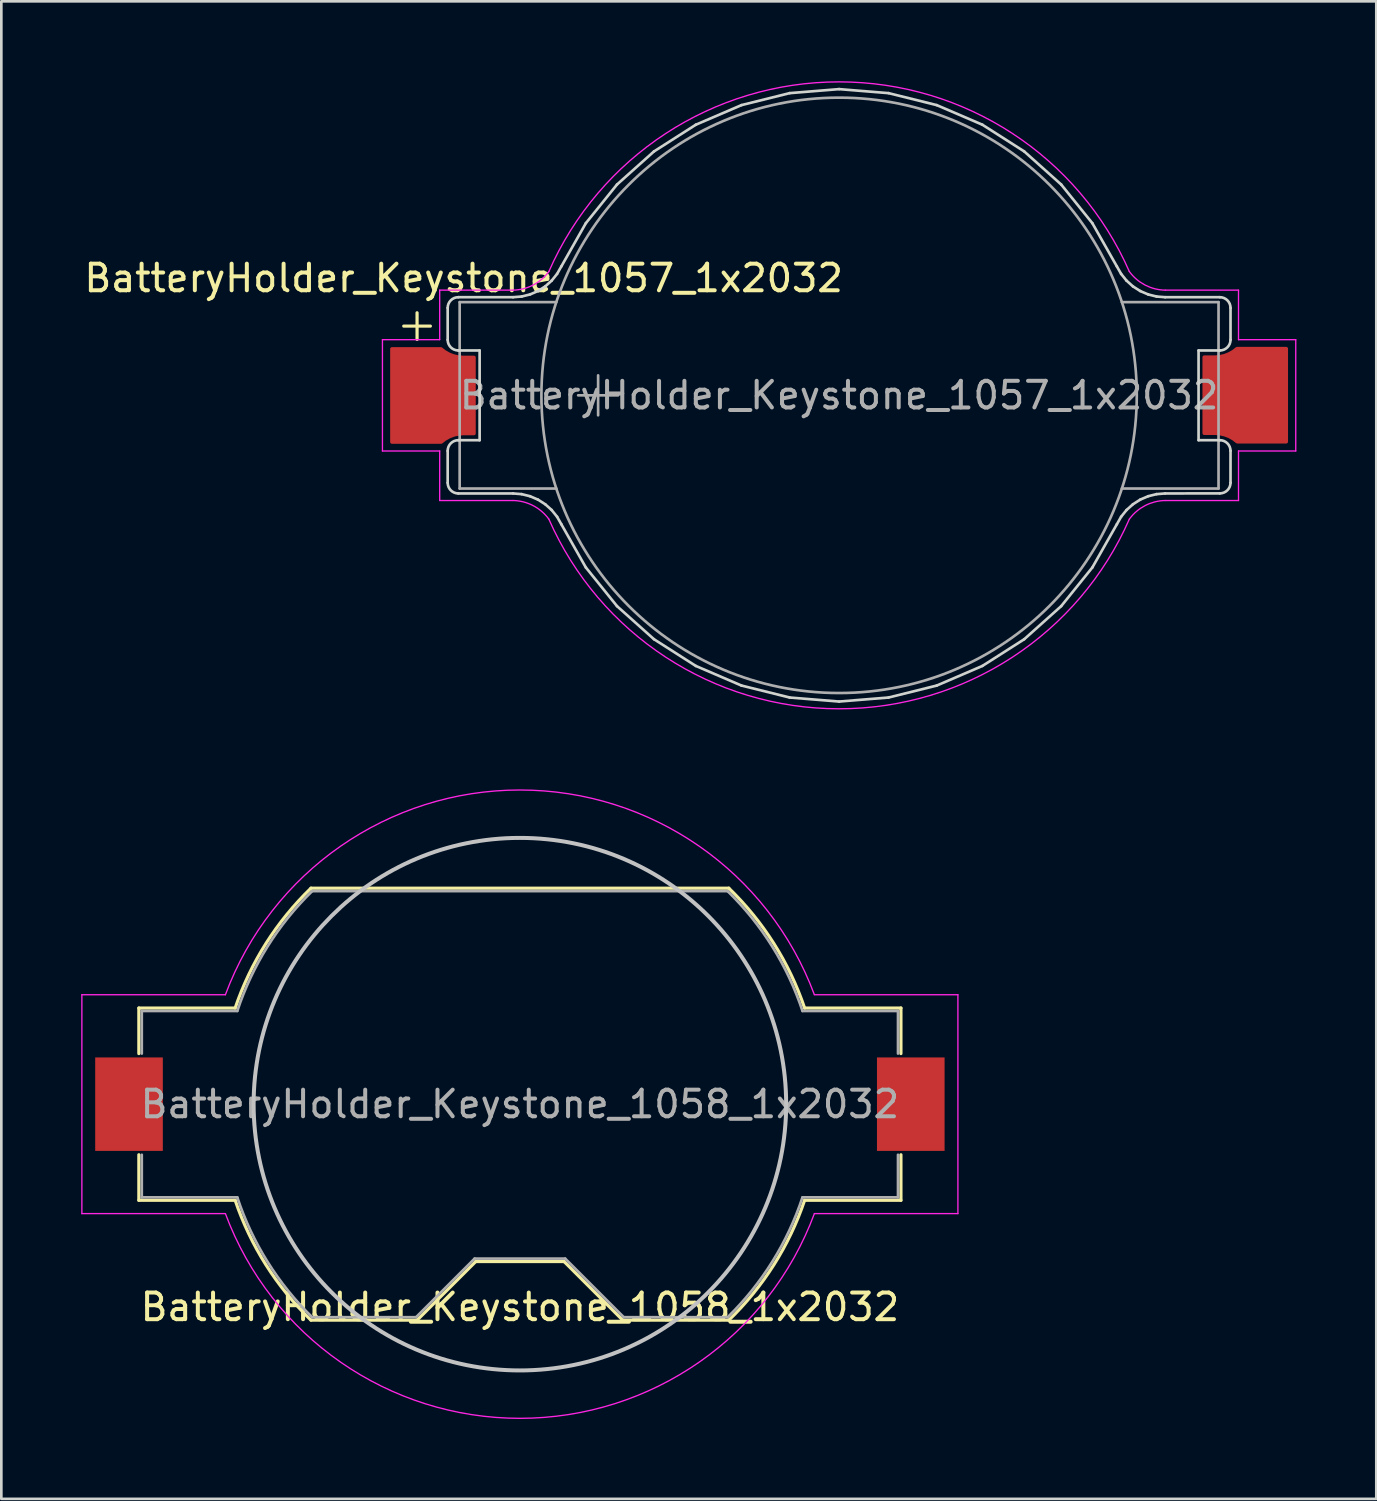
<source format=kicad_pcb>
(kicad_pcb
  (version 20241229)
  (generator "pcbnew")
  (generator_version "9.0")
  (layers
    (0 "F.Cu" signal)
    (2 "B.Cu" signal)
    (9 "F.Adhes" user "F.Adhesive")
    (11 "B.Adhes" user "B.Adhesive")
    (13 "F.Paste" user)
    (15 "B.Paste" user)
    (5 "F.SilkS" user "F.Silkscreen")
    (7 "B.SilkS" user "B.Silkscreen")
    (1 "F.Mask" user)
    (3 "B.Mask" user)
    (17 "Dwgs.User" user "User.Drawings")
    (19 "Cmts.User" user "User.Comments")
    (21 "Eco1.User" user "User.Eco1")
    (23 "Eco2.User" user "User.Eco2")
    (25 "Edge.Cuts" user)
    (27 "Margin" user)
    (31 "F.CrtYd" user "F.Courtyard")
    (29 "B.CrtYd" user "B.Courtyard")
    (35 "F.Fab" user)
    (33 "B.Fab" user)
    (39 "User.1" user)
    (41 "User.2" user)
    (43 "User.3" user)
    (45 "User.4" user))
  (footprint "BatteryHolder_Keystone_1058_1x2032"
    (layer "F.Cu")
    (at 16.475 38.418)
    (property "Reference" "BatteryHolder_Keystone_1058_1x2032" (at 0 7.62 0) (layer "F.SilkS") (effects (font (size 1 1) (thickness 0.15))))
    (attr smd)
    (fp_line (start -14.31 -3.61) (end -10.692 -3.61) (stroke (width 0.12) (type solid)) (layer "F.SilkS"))
    (fp_line (start -14.31 -1.9) (end -14.31 -3.61) (stroke (width 0.12) (type solid)) (layer "F.SilkS"))
    (fp_line (start -14.31 1.9) (end -14.31 3.61) (stroke (width 0.12) (type solid)) (layer "F.SilkS"))
    (fp_line (start -10.692 3.61) (end -14.31 3.61) (stroke (width 0.12) (type solid)) (layer "F.SilkS"))
    (fp_line (start -7.847 -8.11) (end 7.847 -8.11) (stroke (width 0.12) (type solid)) (layer "F.SilkS"))
    (fp_line (start -3.86 8.11) (end -7.847 8.11) (stroke (width 0.12) (type solid)) (layer "F.SilkS"))
    (fp_line (start -1.66 5.91) (end -3.86 8.11) (stroke (width 0.12) (type solid)) (layer "F.SilkS"))
    (fp_line (start 1.66 5.91) (end -1.66 5.91) (stroke (width 0.12) (type solid)) (layer "F.SilkS"))
    (fp_line (start 1.66 5.91) (end 3.86 8.11) (stroke (width 0.12) (type solid)) (layer "F.SilkS"))
    (fp_line (start 7.847 8.11) (end 3.86 8.11) (stroke (width 0.12) (type solid)) (layer "F.SilkS"))
    (fp_line (start 10.692 -3.61) (end 14.31 -3.61) (stroke (width 0.12) (type solid)) (layer "F.SilkS"))
    (fp_line (start 14.31 -1.9) (end 14.31 -3.61) (stroke (width 0.12) (type solid)) (layer "F.SilkS"))
    (fp_line (start 14.31 1.9) (end 14.31 3.61) (stroke (width 0.12) (type solid)) (layer "F.SilkS"))
    (fp_line (start 14.31 3.61) (end 10.692 3.61) (stroke (width 0.12) (type solid)) (layer "F.SilkS"))
    (fp_arc (start -10.692 -3.61) (mid -9.538084 -6.031244) (end -7.845371 -8.111789) (stroke (width 0.12) (type solid)) (layer "F.SilkS"))
    (fp_arc (start -7.845371 8.111789) (mid -9.538085 6.031244) (end -10.692 3.61) (stroke (width 0.12) (type solid)) (layer "F.SilkS"))
    (fp_arc (start 7.845371 -8.111789) (mid 9.538085 -6.031244) (end 10.692 -3.61) (stroke (width 0.12) (type solid)) (layer "F.SilkS"))
    (fp_arc (start 10.692 3.61) (mid 9.538084 6.031244) (end 7.845371 8.111789) (stroke (width 0.12) (type solid)) (layer "F.SilkS"))
    (fp_circle (center 0 0) (end 10 0) (stroke (width 0.15) (type solid)) (fill no) (layer "Dwgs.User"))
    (fp_line (start -16.45 -4.11) (end -16.45 4.11) (stroke (width 0.05) (type solid)) (layer "F.CrtYd"))
    (fp_line (start -16.45 -4.11) (end -11.06 -4.11) (stroke (width 0.05) (type solid)) (layer "F.CrtYd"))
    (fp_line (start -16.45 4.11) (end -11.06 4.11) (stroke (width 0.05) (type solid)) (layer "F.CrtYd"))
    (fp_line (start 11.06 4.11) (end 16.45 4.11) (stroke (width 0.05) (type solid)) (layer "F.CrtYd"))
    (fp_line (start 16.45 -4.11) (end 11.06 -4.11) (stroke (width 0.05) (type solid)) (layer "F.CrtYd"))
    (fp_line (start 16.45 4.11) (end 16.45 -4.11) (stroke (width 0.05) (type solid)) (layer "F.CrtYd"))
    (fp_arc (start -11.06 -4.11) (mid -0.002978 -11.79897) (end 11.057924 -4.115582) (stroke (width 0.05) (type solid)) (layer "F.CrtYd"))
    (fp_arc (start 11.06 4.11) (mid 0.002978 11.79897) (end -11.057924 4.115582) (stroke (width 0.05) (type solid)) (layer "F.CrtYd"))
    (fp_line (start -14.2 -3.5) (end -14.2 -1.9) (stroke (width 0.1) (type solid)) (layer "F.Fab"))
    (fp_line (start -14.2 -3.5) (end -10.613 -3.5) (stroke (width 0.1) (type solid)) (layer "F.Fab"))
    (fp_line (start -14.2 1.9) (end -14.2 3.5) (stroke (width 0.1) (type solid)) (layer "F.Fab"))
    (fp_line (start -14.2 3.5) (end -10.613 3.5) (stroke (width 0.1) (type solid)) (layer "F.Fab"))
    (fp_line (start -7.803 -8) (end 7.803 -8) (stroke (width 0.1) (type solid)) (layer "F.Fab"))
    (fp_line (start -3.9 8) (end -7.803 8) (stroke (width 0.1) (type solid)) (layer "F.Fab"))
    (fp_line (start -1.7 5.8) (end -3.9 8) (stroke (width 0.1) (type solid)) (layer "F.Fab"))
    (fp_line (start -1.7 5.8) (end 1.7 5.8) (stroke (width 0.1) (type solid)) (layer "F.Fab"))
    (fp_line (start 1.7 5.8) (end 3.9 8) (stroke (width 0.1) (type solid)) (layer "F.Fab"))
    (fp_line (start 3.9 8) (end 7.803 8) (stroke (width 0.1) (type solid)) (layer "F.Fab"))
    (fp_line (start 10.613 -3.5) (end 14.2 -3.5) (stroke (width 0.1) (type solid)) (layer "F.Fab"))
    (fp_line (start 14.2 -3.5) (end 14.2 -1.9) (stroke (width 0.1) (type solid)) (layer "F.Fab"))
    (fp_line (start 14.2 1.9) (end 14.2 3.5) (stroke (width 0.1) (type solid)) (layer "F.Fab"))
    (fp_line (start 14.2 3.5) (end 10.613 3.5) (stroke (width 0.1) (type solid)) (layer "F.Fab"))
    (fp_arc (start -10.61275 -3.5) (mid -9.478596 -5.919179) (end -7.802602 -7.999992) (stroke (width 0.1) (type solid)) (layer "F.Fab"))
    (fp_arc (start -7.802602 7.999992) (mid -9.478596 5.91918) (end -10.61275 3.5) (stroke (width 0.1) (type solid)) (layer "F.Fab"))
    (fp_arc (start 7.802602 -7.999992) (mid 9.478596 -5.91918) (end 10.61275 -3.5) (stroke (width 0.1) (type solid)) (layer "F.Fab"))
    (fp_arc (start 10.61275 3.5) (mid 9.478596 5.919179) (end 7.802602 7.999992) (stroke (width 0.1) (type solid)) (layer "F.Fab"))
    (fp_text user "${REFERENCE}" (at 0 0 0) (layer "F.Fab") (effects (font (size 1 1) (thickness 0.15))))
    (pad "1" smd rect (at -14.68 0) (size 2.54 3.51) (layers "F.Cu" "F.Mask" "F.Paste"))
    (pad "2" smd rect (at 14.68 0) (size 2.54 3.51) (layers "F.Cu" "F.Mask" "F.Paste")))
  (footprint "BatteryHolder_Keystone_1057_1x2032"
    (layer "F.Cu")
    (at 28.463 11.797)
    (property "Reference" "BatteryHolder_Keystone_1057_1x2032" (at -14.1 -4.4 0) (layer "F.SilkS") (effects (font (size 1 1) (thickness 0.15))))
    (attr smd)
    (fp_line (start -15.85 -3.1) (end -15.85 -2.1) (stroke (width 0.12) (type solid)) (layer "F.SilkS"))
    (fp_line (start -15.35 -2.6) (end -16.35 -2.6) (stroke (width 0.12) (type solid)) (layer "F.SilkS"))
    (fp_line (start -14.7 -2.085) (end -14.7 -3.285) (stroke (width 0.1) (type solid)) (layer "Edge.Cuts"))
    (fp_line (start -14.7 3.285) (end -14.7 2.085) (stroke (width 0.1) (type solid)) (layer "Edge.Cuts"))
    (fp_line (start -14.3 -3.685) (end -12.245 -3.685) (stroke (width 0.1) (type solid)) (layer "Edge.Cuts"))
    (fp_line (start -14.3 1.685) (end -13.5 1.685) (stroke (width 0.1) (type solid)) (layer "Edge.Cuts"))
    (fp_line (start -13.5 -1.685) (end -14.3 -1.685) (stroke (width 0.1) (type solid)) (layer "Edge.Cuts"))
    (fp_line (start -13.5 1.685) (end -13.5 -1.685) (stroke (width 0.1) (type solid)) (layer "Edge.Cuts"))
    (fp_line (start -12.245 -3.685) (end -11.921 -3.711) (stroke (width 0.1) (type solid)) (layer "Edge.Cuts"))
    (fp_line (start -12.245 3.685) (end -14.3 3.685) (stroke (width 0.1) (type solid)) (layer "Edge.Cuts"))
    (fp_line (start -11.921 -3.711) (end -11.607 -3.789) (stroke (width 0.1) (type solid)) (layer "Edge.Cuts"))
    (fp_line (start -11.921 3.711) (end -12.245 3.685) (stroke (width 0.1) (type solid)) (layer "Edge.Cuts"))
    (fp_line (start -11.607 -3.789) (end -11.309 -3.917) (stroke (width 0.1) (type solid)) (layer "Edge.Cuts"))
    (fp_line (start -11.607 3.789) (end -11.921 3.711) (stroke (width 0.1) (type solid)) (layer "Edge.Cuts"))
    (fp_line (start -11.309 -3.917) (end -11.035 -4.092) (stroke (width 0.1) (type solid)) (layer "Edge.Cuts"))
    (fp_line (start -11.309 3.917) (end -11.607 3.789) (stroke (width 0.1) (type solid)) (layer "Edge.Cuts"))
    (fp_line (start -11.035 -4.092) (end -10.794 -4.308) (stroke (width 0.1) (type solid)) (layer "Edge.Cuts"))
    (fp_line (start -11.035 4.092) (end -11.309 3.917) (stroke (width 0.1) (type solid)) (layer "Edge.Cuts"))
    (fp_line (start -10.794 -4.308) (end -10.591 -4.561) (stroke (width 0.1) (type solid)) (layer "Edge.Cuts"))
    (fp_line (start -10.794 4.308) (end -11.035 4.092) (stroke (width 0.1) (type solid)) (layer "Edge.Cuts"))
    (fp_line (start -10.591 -4.561) (end -10.431 -4.843) (stroke (width 0.1) (type solid)) (layer "Edge.Cuts"))
    (fp_line (start -10.591 4.561) (end -10.794 4.308) (stroke (width 0.1) (type solid)) (layer "Edge.Cuts"))
    (fp_line (start -10.431 -4.843) (end -9.511 -6.465) (stroke (width 0.1) (type solid)) (layer "Edge.Cuts"))
    (fp_line (start -10.431 4.843) (end -10.591 4.561) (stroke (width 0.1) (type solid)) (layer "Edge.Cuts"))
    (fp_line (start -9.511 -6.465) (end -8.341 -7.917) (stroke (width 0.1) (type solid)) (layer "Edge.Cuts"))
    (fp_line (start -9.511 6.465) (end -10.431 4.843) (stroke (width 0.1) (type solid)) (layer "Edge.Cuts"))
    (fp_line (start -8.341 -7.917) (end -6.952 -9.16) (stroke (width 0.1) (type solid)) (layer "Edge.Cuts"))
    (fp_line (start -8.341 7.917) (end -9.511 6.465) (stroke (width 0.1) (type solid)) (layer "Edge.Cuts"))
    (fp_line (start -6.952 -9.16) (end -5.381 -10.163) (stroke (width 0.1) (type solid)) (layer "Edge.Cuts"))
    (fp_line (start -6.952 9.16) (end -8.341 7.917) (stroke (width 0.1) (type solid)) (layer "Edge.Cuts"))
    (fp_line (start -5.381 -10.163) (end -3.668 -10.899) (stroke (width 0.1) (type solid)) (layer "Edge.Cuts"))
    (fp_line (start -5.381 10.163) (end -6.952 9.16) (stroke (width 0.1) (type solid)) (layer "Edge.Cuts"))
    (fp_line (start -3.668 -10.899) (end -1.858 -11.349) (stroke (width 0.1) (type solid)) (layer "Edge.Cuts"))
    (fp_line (start -3.668 10.899) (end -5.381 10.163) (stroke (width 0.1) (type solid)) (layer "Edge.Cuts"))
    (fp_line (start -1.858 -11.349) (end 0 -11.5) (stroke (width 0.1) (type solid)) (layer "Edge.Cuts"))
    (fp_line (start -1.858 11.349) (end -3.668 10.899) (stroke (width 0.1) (type solid)) (layer "Edge.Cuts"))
    (fp_line (start 0 -11.5) (end 1.858 -11.349) (stroke (width 0.1) (type solid)) (layer "Edge.Cuts"))
    (fp_line (start 0 11.5) (end -1.858 11.349) (stroke (width 0.1) (type solid)) (layer "Edge.Cuts"))
    (fp_line (start 1.858 -11.349) (end 3.668 -10.899) (stroke (width 0.1) (type solid)) (layer "Edge.Cuts"))
    (fp_line (start 1.858 11.349) (end 0 11.5) (stroke (width 0.1) (type solid)) (layer "Edge.Cuts"))
    (fp_line (start 3.668 -10.899) (end 5.381 -10.163) (stroke (width 0.1) (type solid)) (layer "Edge.Cuts"))
    (fp_line (start 3.668 10.899) (end 1.858 11.349) (stroke (width 0.1) (type solid)) (layer "Edge.Cuts"))
    (fp_line (start 5.381 -10.163) (end 6.952 -9.16) (stroke (width 0.1) (type solid)) (layer "Edge.Cuts"))
    (fp_line (start 5.381 10.163) (end 3.668 10.899) (stroke (width 0.1) (type solid)) (layer "Edge.Cuts"))
    (fp_line (start 6.952 -9.16) (end 8.341 -7.917) (stroke (width 0.1) (type solid)) (layer "Edge.Cuts"))
    (fp_line (start 6.952 9.16) (end 5.381 10.163) (stroke (width 0.1) (type solid)) (layer "Edge.Cuts"))
    (fp_line (start 8.341 -7.917) (end 9.511 -6.465) (stroke (width 0.1) (type solid)) (layer "Edge.Cuts"))
    (fp_line (start 8.341 7.917) (end 6.952 9.16) (stroke (width 0.1) (type solid)) (layer "Edge.Cuts"))
    (fp_line (start 9.511 -6.465) (end 10.431 -4.843) (stroke (width 0.1) (type solid)) (layer "Edge.Cuts"))
    (fp_line (start 9.511 6.465) (end 8.341 7.917) (stroke (width 0.1) (type solid)) (layer "Edge.Cuts"))
    (fp_line (start 10.431 -4.843) (end 10.591 -4.561) (stroke (width 0.1) (type solid)) (layer "Edge.Cuts"))
    (fp_line (start 10.431 4.843) (end 9.511 6.465) (stroke (width 0.1) (type solid)) (layer "Edge.Cuts"))
    (fp_line (start 10.591 -4.561) (end 10.794 -4.308) (stroke (width 0.1) (type solid)) (layer "Edge.Cuts"))
    (fp_line (start 10.591 4.561) (end 10.431 4.843) (stroke (width 0.1) (type solid)) (layer "Edge.Cuts"))
    (fp_line (start 10.794 -4.308) (end 11.035 -4.092) (stroke (width 0.1) (type solid)) (layer "Edge.Cuts"))
    (fp_line (start 10.794 4.308) (end 10.591 4.561) (stroke (width 0.1) (type solid)) (layer "Edge.Cuts"))
    (fp_line (start 11.035 -4.092) (end 11.309 -3.917) (stroke (width 0.1) (type solid)) (layer "Edge.Cuts"))
    (fp_line (start 11.035 4.092) (end 10.794 4.308) (stroke (width 0.1) (type solid)) (layer "Edge.Cuts"))
    (fp_line (start 11.309 -3.917) (end 11.607 -3.789) (stroke (width 0.1) (type solid)) (layer "Edge.Cuts"))
    (fp_line (start 11.309 3.917) (end 11.035 4.092) (stroke (width 0.1) (type solid)) (layer "Edge.Cuts"))
    (fp_line (start 11.607 -3.789) (end 11.921 -3.711) (stroke (width 0.1) (type solid)) (layer "Edge.Cuts"))
    (fp_line (start 11.607 3.789) (end 11.309 3.917) (stroke (width 0.1) (type solid)) (layer "Edge.Cuts"))
    (fp_line (start 11.921 -3.711) (end 12.245 -3.685) (stroke (width 0.1) (type solid)) (layer "Edge.Cuts"))
    (fp_line (start 11.921 3.711) (end 11.607 3.789) (stroke (width 0.1) (type solid)) (layer "Edge.Cuts"))
    (fp_line (start 12.245 -3.685) (end 14.3 -3.685) (stroke (width 0.1) (type solid)) (layer "Edge.Cuts"))
    (fp_line (start 12.245 3.685) (end 11.921 3.711) (stroke (width 0.1) (type solid)) (layer "Edge.Cuts"))
    (fp_line (start 13.5 -1.685) (end 13.5 1.685) (stroke (width 0.1) (type solid)) (layer "Edge.Cuts"))
    (fp_line (start 13.5 1.685) (end 14.3 1.685) (stroke (width 0.1) (type solid)) (layer "Edge.Cuts"))
    (fp_line (start 14.3 -1.685) (end 13.5 -1.685) (stroke (width 0.1) (type solid)) (layer "Edge.Cuts"))
    (fp_line (start 14.3 3.683) (end 12.245 3.685) (stroke (width 0.1) (type solid)) (layer "Edge.Cuts"))
    (fp_line (start 14.7 -3.285) (end 14.7 -2.085) (stroke (width 0.1) (type solid)) (layer "Edge.Cuts"))
    (fp_line (start 14.7 2.083) (end 14.7 3.283) (stroke (width 0.1) (type solid)) (layer "Edge.Cuts"))
    (fp_arc (start -14.7 -3.285) (mid -14.582843 -3.567843) (end -14.3 -3.685) (stroke (width 0.1) (type solid)) (layer "Edge.Cuts"))
    (fp_arc (start -14.7 2.084949) (mid -14.582843 1.802106) (end -14.3 1.684949) (stroke (width 0.1) (type solid)) (layer "Edge.Cuts"))
    (fp_arc (start -14.3 -1.68505) (mid -14.582843 -1.802207) (end -14.7 -2.08505) (stroke (width 0.1) (type solid)) (layer "Edge.Cuts"))
    (fp_arc (start -14.3 3.684899) (mid -14.582843 3.567742) (end -14.7 3.284899) (stroke (width 0.1) (type solid)) (layer "Edge.Cuts"))
    (fp_arc (start 14.3 -3.685) (mid 14.582843 -3.567843) (end 14.7 -3.285) (stroke (width 0.1) (type solid)) (layer "Edge.Cuts"))
    (fp_arc (start 14.3 1.68505) (mid 14.582843 1.802207) (end 14.7 2.08505) (stroke (width 0.1) (type solid)) (layer "Edge.Cuts"))
    (fp_arc (start 14.7 -2.08505) (mid 14.582843 -1.802207) (end 14.3 -1.68505) (stroke (width 0.1) (type solid)) (layer "Edge.Cuts"))
    (fp_arc (start 14.7 3.282793) (mid 14.582843 3.565636) (end 14.3 3.682793) (stroke (width 0.1) (type solid)) (layer "Edge.Cuts"))
    (fp_line (start -17.15 -2.09) (end -17.15 2.09) (stroke (width 0.05) (type solid)) (layer "F.CrtYd"))
    (fp_line (start -17.15 2.09) (end -15 2.09) (stroke (width 0.05) (type solid)) (layer "F.CrtYd"))
    (fp_line (start -15 -3.95) (end -15 -2.09) (stroke (width 0.05) (type solid)) (layer "F.CrtYd"))
    (fp_line (start -15 -2.09) (end -17.15 -2.09) (stroke (width 0.05) (type solid)) (layer "F.CrtYd"))
    (fp_line (start -15 3.95) (end -15 2.09) (stroke (width 0.05) (type solid)) (layer "F.CrtYd"))
    (fp_line (start -12.25 -3.95) (end -15 -3.95) (stroke (width 0.05) (type solid)) (layer "F.CrtYd"))
    (fp_line (start -12.25 3.95) (end -15 3.95) (stroke (width 0.05) (type solid)) (layer "F.CrtYd"))
    (fp_line (start 12.25 -3.95) (end 15 -3.95) (stroke (width 0.05) (type solid)) (layer "F.CrtYd"))
    (fp_line (start 12.25 3.95) (end 15 3.95) (stroke (width 0.05) (type solid)) (layer "F.CrtYd"))
    (fp_line (start 15 -3.95) (end 15 -2.09) (stroke (width 0.05) (type solid)) (layer "F.CrtYd"))
    (fp_line (start 15 2.09) (end 17.15 2.09) (stroke (width 0.05) (type solid)) (layer "F.CrtYd"))
    (fp_line (start 15 3.95) (end 15 2.09) (stroke (width 0.05) (type solid)) (layer "F.CrtYd"))
    (fp_line (start 17.15 -2.09) (end 15 -2.09) (stroke (width 0.05) (type solid)) (layer "F.CrtYd"))
    (fp_line (start 17.15 2.09) (end 17.15 -2.09) (stroke (width 0.05) (type solid)) (layer "F.CrtYd"))
    (fp_arc (start -12.25 3.95) (mid -11.492594 4.141075) (end -10.9 4.65) (stroke (width 0.05) (type solid)) (layer "F.CrtYd"))
    (fp_arc (start -10.9 -4.65) (mid -11.492594 -4.141075) (end -12.25 -3.95) (stroke (width 0.05) (type solid)) (layer "F.CrtYd"))
    (fp_arc (start -10.9 -4.65) (mid 0 -11.772188) (end 10.9 -4.65) (stroke (width 0.05) (type solid)) (layer "F.CrtYd"))
    (fp_arc (start 10.9 4.65) (mid 0 11.7722) (end -10.9 4.65) (stroke (width 0.05) (type solid)) (layer "F.CrtYd"))
    (fp_arc (start 10.9 4.65) (mid 11.492594 4.141075) (end 12.25 3.95) (stroke (width 0.05) (type solid)) (layer "F.CrtYd"))
    (fp_arc (start 12.25 -3.95) (mid 11.492594 -4.141075) (end 10.9 -4.65) (stroke (width 0.05) (type solid)) (layer "F.CrtYd"))
    (fp_line (start -14.25 -3.5) (end -14.25 3.5) (stroke (width 0.1) (type solid)) (layer "F.Fab"))
    (fp_line (start -14.25 3.5) (end -10.62 3.5) (stroke (width 0.1) (type solid)) (layer "F.Fab"))
    (fp_line (start -10.62 -3.5) (end -14.25 -3.5) (stroke (width 0.1) (type solid)) (layer "F.Fab"))
    (fp_line (start -9.8 0) (end -8.3 0) (stroke (width 0.1) (type solid)) (layer "F.Fab"))
    (fp_line (start -9.05 -0.75) (end -9.05 0.75) (stroke (width 0.1) (type solid)) (layer "F.Fab"))
    (fp_line (start 10.62 -3.5) (end 14.25 -3.5) (stroke (width 0.1) (type solid)) (layer "F.Fab"))
    (fp_line (start 14.25 -3.5) (end 14.25 3.5) (stroke (width 0.1) (type solid)) (layer "F.Fab"))
    (fp_line (start 14.25 3.5) (end 10.62 3.5) (stroke (width 0.1) (type solid)) (layer "F.Fab"))
    (fp_circle (center 0 0) (end 11.18 0) (stroke (width 0.1) (type solid)) (fill no) (layer "F.Fab"))
    (fp_text user "${REFERENCE}" (at 0 0 0) (layer "F.Fab") (effects (font (size 1 1) (thickness 0.15))))
    (pad "1" smd custom (at -15.15 -0.1) (size 1 1) (layers "F.Cu" "F.Mask" "F.Paste") (options (anchor rect)) (primitives (gr_poly (pts (xy 0.2 -1.65) (xy 0.272 -1.595) (xy 0.343 -1.539) (xy 0.501 -1.45) (xy 0.585 -1.417) (xy 0.669 -1.385) (xy 0.758 -1.365) (xy 0.846 -1.344) (xy 1.026 -1.33) (xy 1.235 -1.33) (xy 1.444 -1.33) (xy 1.444 1.54) (xy 1.044 1.54) (xy 0.862 1.553) (xy 0.683 1.593) (xy 0.513 1.659) (xy 0.353 1.748) (xy 0.281 1.804) (xy 0.209 1.86) (xy -1.65 1.86) (xy -1.65 -1.65)) (width 0.12) (fill yes))))
    (pad "2" smd custom (at 15.15 0.1 180) (size 1 1) (layers "F.Cu" "F.Mask" "F.Paste") (options (anchor rect)) (primitives (gr_poly (pts (xy 0.2 -1.65) (xy 0.272 -1.595) (xy 0.343 -1.539) (xy 0.501 -1.45) (xy 0.585 -1.417) (xy 0.669 -1.385) (xy 0.758 -1.365) (xy 0.846 -1.344) (xy 1.026 -1.33) (xy 1.235 -1.33) (xy 1.444 -1.33) (xy 1.444 1.54) (xy 1.044 1.54) (xy 0.862 1.553) (xy 0.683 1.593) (xy 0.513 1.659) (xy 0.353 1.748) (xy 0.281 1.804) (xy 0.209 1.86) (xy -1.65 1.86) (xy -1.65 -1.65)) (width 0.12) (fill yes)))))
  (gr_rect
    (start -3 -3)
    (end 48.638 53.242)
    (stroke (width 0.1) (type default))
    (fill no)
    (layer "Edge.Cuts")))
</source>
